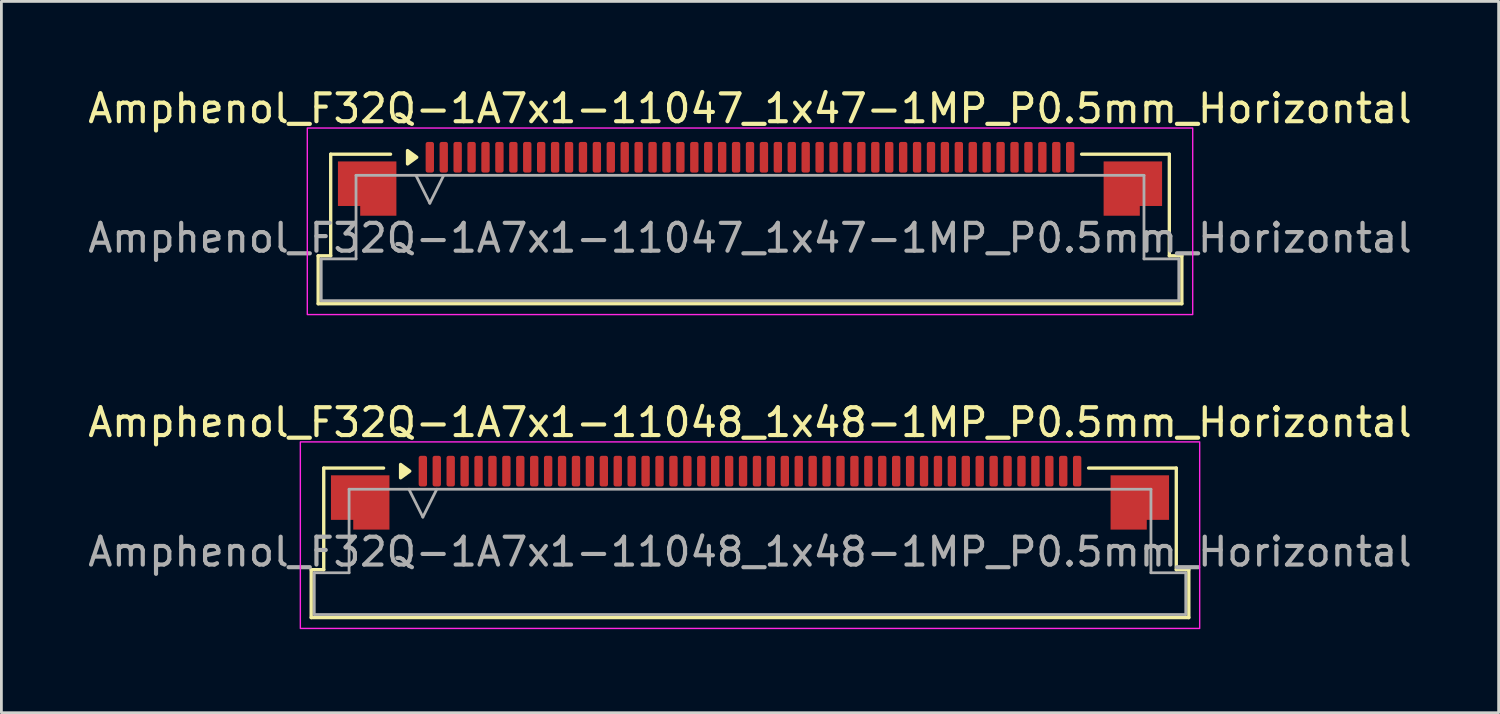
<source format=kicad_pcb>
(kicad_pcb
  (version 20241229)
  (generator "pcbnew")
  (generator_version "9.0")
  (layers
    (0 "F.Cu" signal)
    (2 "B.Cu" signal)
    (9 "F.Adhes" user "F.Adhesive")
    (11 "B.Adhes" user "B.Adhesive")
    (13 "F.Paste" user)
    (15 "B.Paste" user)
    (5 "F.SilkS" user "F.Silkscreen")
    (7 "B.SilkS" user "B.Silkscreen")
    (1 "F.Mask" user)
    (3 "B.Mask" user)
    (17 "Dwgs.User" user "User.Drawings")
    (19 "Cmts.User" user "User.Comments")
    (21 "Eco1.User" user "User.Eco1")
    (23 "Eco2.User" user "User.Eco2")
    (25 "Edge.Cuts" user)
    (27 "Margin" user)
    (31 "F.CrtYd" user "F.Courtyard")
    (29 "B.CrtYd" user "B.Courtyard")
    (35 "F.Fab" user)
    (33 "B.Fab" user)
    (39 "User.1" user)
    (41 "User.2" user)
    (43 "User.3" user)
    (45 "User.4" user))
  (footprint "Amphenol_F32Q-1A7x1-11047_1x47-1MP_P0.5mm_Horizontal"
    (layer "F.Cu")
    (at 23.887 5.498)
    (property "Reference" "Amphenol_F32Q-1A7x1-11047_1x47-1MP_P0.5mm_Horizontal" (at 0 -4.65 0) (layer "F.SilkS") (effects (font (size 1 1) (thickness 0.15))))
    (attr smd)
    (fp_line (start -15.51 0.64) (end -15.06 0.64) (stroke (width 0.12) (type solid)) (layer "F.SilkS"))
    (fp_line (start -15.51 2.36) (end -15.51 0.64) (stroke (width 0.12) (type solid)) (layer "F.SilkS"))
    (fp_line (start -15.06 -3.01) (end -12.91 -3.01) (stroke (width 0.12) (type solid)) (layer "F.SilkS"))
    (fp_line (start -15.06 0.64) (end -15.06 -3.01) (stroke (width 0.12) (type solid)) (layer "F.SilkS"))
    (fp_line (start 11.91 -3.01) (end 15.06 -3.01) (stroke (width 0.12) (type solid)) (layer "F.SilkS"))
    (fp_line (start 15.06 -3.01) (end 15.06 0.64) (stroke (width 0.12) (type solid)) (layer "F.SilkS"))
    (fp_line (start 15.06 0.64) (end 15.51 0.64) (stroke (width 0.12) (type solid)) (layer "F.SilkS"))
    (fp_line (start 15.51 0.64) (end 15.51 2.36) (stroke (width 0.12) (type solid)) (layer "F.SilkS"))
    (fp_line (start 15.51 2.36) (end -15.51 2.36) (stroke (width 0.12) (type solid)) (layer "F.SilkS"))
    (fp_poly (pts (xy -11.97 -2.9) (xy -12.3 -2.66) (xy -12.3 -3.14)) (stroke (width 0.12) (type solid)) (fill yes) (layer "F.SilkS"))
    (fp_rect (start -15.9 -3.95) (end 15.9 2.75) (stroke (width 0.05) (type solid)) (fill no) (layer "F.CrtYd"))
    (fp_line (start -15.4 0.75) (end -14.15 0.75) (stroke (width 0.1) (type solid)) (layer "F.Fab"))
    (fp_line (start -15.4 2.25) (end -15.4 0.75) (stroke (width 0.1) (type solid)) (layer "F.Fab"))
    (fp_line (start -14.15 -2.25) (end 14.15 -2.25) (stroke (width 0.1) (type solid)) (layer "F.Fab"))
    (fp_line (start -14.15 0.75) (end -14.15 -2.25) (stroke (width 0.1) (type solid)) (layer "F.Fab"))
    (fp_line (start -12 -2.25) (end -11.5 -1.25) (stroke (width 0.1) (type solid)) (layer "F.Fab"))
    (fp_line (start -11.5 -1.25) (end -11 -2.25) (stroke (width 0.1) (type solid)) (layer "F.Fab"))
    (fp_line (start 14.15 -2.25) (end 14.15 0.75) (stroke (width 0.1) (type solid)) (layer "F.Fab"))
    (fp_line (start 14.15 0.75) (end 15.4 0.75) (stroke (width 0.1) (type solid)) (layer "F.Fab"))
    (fp_line (start 15.4 0.75) (end 15.4 2.25) (stroke (width 0.1) (type solid)) (layer "F.Fab"))
    (fp_line (start 15.4 2.25) (end -15.4 2.25) (stroke (width 0.1) (type solid)) (layer "F.Fab"))
    (fp_text user "${REFERENCE}" (at 0 0 0) (layer "F.Fab") (effects (font (size 1 1) (thickness 0.15))))
    (pad "1" smd roundrect (at -11.5 -2.9) (size 0.3 1.1) (layers "F.Cu" "F.Mask" "F.Paste") (roundrect_rratio 0.25))
    (pad "2" smd roundrect (at -11 -2.9) (size 0.3 1.1) (layers "F.Cu" "F.Mask" "F.Paste") (roundrect_rratio 0.25))
    (pad "3" smd roundrect (at -10.5 -2.9) (size 0.3 1.1) (layers "F.Cu" "F.Mask" "F.Paste") (roundrect_rratio 0.25))
    (pad "4" smd roundrect (at -10 -2.9) (size 0.3 1.1) (layers "F.Cu" "F.Mask" "F.Paste") (roundrect_rratio 0.25))
    (pad "5" smd roundrect (at -9.5 -2.9) (size 0.3 1.1) (layers "F.Cu" "F.Mask" "F.Paste") (roundrect_rratio 0.25))
    (pad "6" smd roundrect (at -9 -2.9) (size 0.3 1.1) (layers "F.Cu" "F.Mask" "F.Paste") (roundrect_rratio 0.25))
    (pad "7" smd roundrect (at -8.5 -2.9) (size 0.3 1.1) (layers "F.Cu" "F.Mask" "F.Paste") (roundrect_rratio 0.25))
    (pad "8" smd roundrect (at -8 -2.9) (size 0.3 1.1) (layers "F.Cu" "F.Mask" "F.Paste") (roundrect_rratio 0.25))
    (pad "9" smd roundrect (at -7.5 -2.9) (size 0.3 1.1) (layers "F.Cu" "F.Mask" "F.Paste") (roundrect_rratio 0.25))
    (pad "10" smd roundrect (at -7 -2.9) (size 0.3 1.1) (layers "F.Cu" "F.Mask" "F.Paste") (roundrect_rratio 0.25))
    (pad "11" smd roundrect (at -6.5 -2.9) (size 0.3 1.1) (layers "F.Cu" "F.Mask" "F.Paste") (roundrect_rratio 0.25))
    (pad "12" smd roundrect (at -6 -2.9) (size 0.3 1.1) (layers "F.Cu" "F.Mask" "F.Paste") (roundrect_rratio 0.25))
    (pad "13" smd roundrect (at -5.5 -2.9) (size 0.3 1.1) (layers "F.Cu" "F.Mask" "F.Paste") (roundrect_rratio 0.25))
    (pad "14" smd roundrect (at -5 -2.9) (size 0.3 1.1) (layers "F.Cu" "F.Mask" "F.Paste") (roundrect_rratio 0.25))
    (pad "15" smd roundrect (at -4.5 -2.9) (size 0.3 1.1) (layers "F.Cu" "F.Mask" "F.Paste") (roundrect_rratio 0.25))
    (pad "16" smd roundrect (at -4 -2.9) (size 0.3 1.1) (layers "F.Cu" "F.Mask" "F.Paste") (roundrect_rratio 0.25))
    (pad "17" smd roundrect (at -3.5 -2.9) (size 0.3 1.1) (layers "F.Cu" "F.Mask" "F.Paste") (roundrect_rratio 0.25))
    (pad "18" smd roundrect (at -3 -2.9) (size 0.3 1.1) (layers "F.Cu" "F.Mask" "F.Paste") (roundrect_rratio 0.25))
    (pad "19" smd roundrect (at -2.5 -2.9) (size 0.3 1.1) (layers "F.Cu" "F.Mask" "F.Paste") (roundrect_rratio 0.25))
    (pad "20" smd roundrect (at -2 -2.9) (size 0.3 1.1) (layers "F.Cu" "F.Mask" "F.Paste") (roundrect_rratio 0.25))
    (pad "21" smd roundrect (at -1.5 -2.9) (size 0.3 1.1) (layers "F.Cu" "F.Mask" "F.Paste") (roundrect_rratio 0.25))
    (pad "22" smd roundrect (at -1 -2.9) (size 0.3 1.1) (layers "F.Cu" "F.Mask" "F.Paste") (roundrect_rratio 0.25))
    (pad "23" smd roundrect (at -0.5 -2.9) (size 0.3 1.1) (layers "F.Cu" "F.Mask" "F.Paste") (roundrect_rratio 0.25))
    (pad "24" smd roundrect (at 0 -2.9) (size 0.3 1.1) (layers "F.Cu" "F.Mask" "F.Paste") (roundrect_rratio 0.25))
    (pad "25" smd roundrect (at 0.5 -2.9) (size 0.3 1.1) (layers "F.Cu" "F.Mask" "F.Paste") (roundrect_rratio 0.25))
    (pad "26" smd roundrect (at 1 -2.9) (size 0.3 1.1) (layers "F.Cu" "F.Mask" "F.Paste") (roundrect_rratio 0.25))
    (pad "27" smd roundrect (at 1.5 -2.9) (size 0.3 1.1) (layers "F.Cu" "F.Mask" "F.Paste") (roundrect_rratio 0.25))
    (pad "28" smd roundrect (at 2 -2.9) (size 0.3 1.1) (layers "F.Cu" "F.Mask" "F.Paste") (roundrect_rratio 0.25))
    (pad "29" smd roundrect (at 2.5 -2.9) (size 0.3 1.1) (layers "F.Cu" "F.Mask" "F.Paste") (roundrect_rratio 0.25))
    (pad "30" smd roundrect (at 3 -2.9) (size 0.3 1.1) (layers "F.Cu" "F.Mask" "F.Paste") (roundrect_rratio 0.25))
    (pad "31" smd roundrect (at 3.5 -2.9) (size 0.3 1.1) (layers "F.Cu" "F.Mask" "F.Paste") (roundrect_rratio 0.25))
    (pad "32" smd roundrect (at 4 -2.9) (size 0.3 1.1) (layers "F.Cu" "F.Mask" "F.Paste") (roundrect_rratio 0.25))
    (pad "33" smd roundrect (at 4.5 -2.9) (size 0.3 1.1) (layers "F.Cu" "F.Mask" "F.Paste") (roundrect_rratio 0.25))
    (pad "34" smd roundrect (at 5 -2.9) (size 0.3 1.1) (layers "F.Cu" "F.Mask" "F.Paste") (roundrect_rratio 0.25))
    (pad "35" smd roundrect (at 5.5 -2.9) (size 0.3 1.1) (layers "F.Cu" "F.Mask" "F.Paste") (roundrect_rratio 0.25))
    (pad "36" smd roundrect (at 6 -2.9) (size 0.3 1.1) (layers "F.Cu" "F.Mask" "F.Paste") (roundrect_rratio 0.25))
    (pad "37" smd roundrect (at 6.5 -2.9) (size 0.3 1.1) (layers "F.Cu" "F.Mask" "F.Paste") (roundrect_rratio 0.25))
    (pad "38" smd roundrect (at 7 -2.9) (size 0.3 1.1) (layers "F.Cu" "F.Mask" "F.Paste") (roundrect_rratio 0.25))
    (pad "39" smd roundrect (at 7.5 -2.9) (size 0.3 1.1) (layers "F.Cu" "F.Mask" "F.Paste") (roundrect_rratio 0.25))
    (pad "40" smd roundrect (at 8 -2.9) (size 0.3 1.1) (layers "F.Cu" "F.Mask" "F.Paste") (roundrect_rratio 0.25))
    (pad "41" smd roundrect (at 8.5 -2.9) (size 0.3 1.1) (layers "F.Cu" "F.Mask" "F.Paste") (roundrect_rratio 0.25))
    (pad "42" smd roundrect (at 9 -2.9) (size 0.3 1.1) (layers "F.Cu" "F.Mask" "F.Paste") (roundrect_rratio 0.25))
    (pad "43" smd roundrect (at 9.5 -2.9) (size 0.3 1.1) (layers "F.Cu" "F.Mask" "F.Paste") (roundrect_rratio 0.25))
    (pad "44" smd roundrect (at 10 -2.9) (size 0.3 1.1) (layers "F.Cu" "F.Mask" "F.Paste") (roundrect_rratio 0.25))
    (pad "45" smd roundrect (at 10.5 -2.9) (size 0.3 1.1) (layers "F.Cu" "F.Mask" "F.Paste") (roundrect_rratio 0.25))
    (pad "46" smd roundrect (at 11 -2.9) (size 0.3 1.1) (layers "F.Cu" "F.Mask" "F.Paste") (roundrect_rratio 0.25))
    (pad "47" smd roundrect (at 11.5 -2.9) (size 0.3 1.1) (layers "F.Cu" "F.Mask" "F.Paste") (roundrect_rratio 0.25))
    (pad "MP" smd custom (at -13.75 -1.775) (size 1 1) (layers "F.Cu" "F.Mask" "F.Paste") (options (anchor circle)) (primitives (gr_poly (pts (xy 1.05 -0.975) (xy 1.05 0.975) (xy -0.25 0.975) (xy -0.25 0.625) (xy -1.05 0.625) (xy -1.05 -0.975)) (width 0) (fill yes))))
    (pad "MP" smd custom (at 13.75 -1.775) (size 1 1) (layers "F.Cu" "F.Mask" "F.Paste") (options (anchor circle)) (primitives (gr_poly (pts (xy -1.05 -0.975) (xy -1.05 0.975) (xy 0.25 0.975) (xy 0.25 0.625) (xy 1.05 0.625) (xy 1.05 -0.975)) (width 0) (fill yes)))))
  (footprint "Amphenol_F32Q-1A7x1-11048_1x48-1MP_P0.5mm_Horizontal"
    (layer "F.Cu")
    (at 23.887 16.771)
    (property "Reference" "Amphenol_F32Q-1A7x1-11048_1x48-1MP_P0.5mm_Horizontal" (at 0 -4.65 0) (layer "F.SilkS") (effects (font (size 1 1) (thickness 0.15))))
    (attr smd)
    (fp_line (start -15.76 0.64) (end -15.31 0.64) (stroke (width 0.12) (type solid)) (layer "F.SilkS"))
    (fp_line (start -15.76 2.36) (end -15.76 0.64) (stroke (width 0.12) (type solid)) (layer "F.SilkS"))
    (fp_line (start -15.31 -3.01) (end -13.16 -3.01) (stroke (width 0.12) (type solid)) (layer "F.SilkS"))
    (fp_line (start -15.31 0.64) (end -15.31 -3.01) (stroke (width 0.12) (type solid)) (layer "F.SilkS"))
    (fp_line (start 12.16 -3.01) (end 15.31 -3.01) (stroke (width 0.12) (type solid)) (layer "F.SilkS"))
    (fp_line (start 15.31 -3.01) (end 15.31 0.64) (stroke (width 0.12) (type solid)) (layer "F.SilkS"))
    (fp_line (start 15.31 0.64) (end 15.76 0.64) (stroke (width 0.12) (type solid)) (layer "F.SilkS"))
    (fp_line (start 15.76 0.64) (end 15.76 2.36) (stroke (width 0.12) (type solid)) (layer "F.SilkS"))
    (fp_line (start 15.76 2.36) (end -15.76 2.36) (stroke (width 0.12) (type solid)) (layer "F.SilkS"))
    (fp_poly (pts (xy -12.22 -2.9) (xy -12.55 -2.66) (xy -12.55 -3.14)) (stroke (width 0.12) (type solid)) (fill yes) (layer "F.SilkS"))
    (fp_rect (start -16.15 -3.95) (end 16.15 2.75) (stroke (width 0.05) (type solid)) (fill no) (layer "F.CrtYd"))
    (fp_line (start -15.65 0.75) (end -14.4 0.75) (stroke (width 0.1) (type solid)) (layer "F.Fab"))
    (fp_line (start -15.65 2.25) (end -15.65 0.75) (stroke (width 0.1) (type solid)) (layer "F.Fab"))
    (fp_line (start -14.4 -2.25) (end 14.4 -2.25) (stroke (width 0.1) (type solid)) (layer "F.Fab"))
    (fp_line (start -14.4 0.75) (end -14.4 -2.25) (stroke (width 0.1) (type solid)) (layer "F.Fab"))
    (fp_line (start -12.25 -2.25) (end -11.75 -1.25) (stroke (width 0.1) (type solid)) (layer "F.Fab"))
    (fp_line (start -11.75 -1.25) (end -11.25 -2.25) (stroke (width 0.1) (type solid)) (layer "F.Fab"))
    (fp_line (start 14.4 -2.25) (end 14.4 0.75) (stroke (width 0.1) (type solid)) (layer "F.Fab"))
    (fp_line (start 14.4 0.75) (end 15.65 0.75) (stroke (width 0.1) (type solid)) (layer "F.Fab"))
    (fp_line (start 15.65 0.75) (end 15.65 2.25) (stroke (width 0.1) (type solid)) (layer "F.Fab"))
    (fp_line (start 15.65 2.25) (end -15.65 2.25) (stroke (width 0.1) (type solid)) (layer "F.Fab"))
    (fp_text user "${REFERENCE}" (at 0 0 0) (layer "F.Fab") (effects (font (size 1 1) (thickness 0.15))))
    (pad "1" smd roundrect (at -11.75 -2.9) (size 0.3 1.1) (layers "F.Cu" "F.Mask" "F.Paste") (roundrect_rratio 0.25))
    (pad "2" smd roundrect (at -11.25 -2.9) (size 0.3 1.1) (layers "F.Cu" "F.Mask" "F.Paste") (roundrect_rratio 0.25))
    (pad "3" smd roundrect (at -10.75 -2.9) (size 0.3 1.1) (layers "F.Cu" "F.Mask" "F.Paste") (roundrect_rratio 0.25))
    (pad "4" smd roundrect (at -10.25 -2.9) (size 0.3 1.1) (layers "F.Cu" "F.Mask" "F.Paste") (roundrect_rratio 0.25))
    (pad "5" smd roundrect (at -9.75 -2.9) (size 0.3 1.1) (layers "F.Cu" "F.Mask" "F.Paste") (roundrect_rratio 0.25))
    (pad "6" smd roundrect (at -9.25 -2.9) (size 0.3 1.1) (layers "F.Cu" "F.Mask" "F.Paste") (roundrect_rratio 0.25))
    (pad "7" smd roundrect (at -8.75 -2.9) (size 0.3 1.1) (layers "F.Cu" "F.Mask" "F.Paste") (roundrect_rratio 0.25))
    (pad "8" smd roundrect (at -8.25 -2.9) (size 0.3 1.1) (layers "F.Cu" "F.Mask" "F.Paste") (roundrect_rratio 0.25))
    (pad "9" smd roundrect (at -7.75 -2.9) (size 0.3 1.1) (layers "F.Cu" "F.Mask" "F.Paste") (roundrect_rratio 0.25))
    (pad "10" smd roundrect (at -7.25 -2.9) (size 0.3 1.1) (layers "F.Cu" "F.Mask" "F.Paste") (roundrect_rratio 0.25))
    (pad "11" smd roundrect (at -6.75 -2.9) (size 0.3 1.1) (layers "F.Cu" "F.Mask" "F.Paste") (roundrect_rratio 0.25))
    (pad "12" smd roundrect (at -6.25 -2.9) (size 0.3 1.1) (layers "F.Cu" "F.Mask" "F.Paste") (roundrect_rratio 0.25))
    (pad "13" smd roundrect (at -5.75 -2.9) (size 0.3 1.1) (layers "F.Cu" "F.Mask" "F.Paste") (roundrect_rratio 0.25))
    (pad "14" smd roundrect (at -5.25 -2.9) (size 0.3 1.1) (layers "F.Cu" "F.Mask" "F.Paste") (roundrect_rratio 0.25))
    (pad "15" smd roundrect (at -4.75 -2.9) (size 0.3 1.1) (layers "F.Cu" "F.Mask" "F.Paste") (roundrect_rratio 0.25))
    (pad "16" smd roundrect (at -4.25 -2.9) (size 0.3 1.1) (layers "F.Cu" "F.Mask" "F.Paste") (roundrect_rratio 0.25))
    (pad "17" smd roundrect (at -3.75 -2.9) (size 0.3 1.1) (layers "F.Cu" "F.Mask" "F.Paste") (roundrect_rratio 0.25))
    (pad "18" smd roundrect (at -3.25 -2.9) (size 0.3 1.1) (layers "F.Cu" "F.Mask" "F.Paste") (roundrect_rratio 0.25))
    (pad "19" smd roundrect (at -2.75 -2.9) (size 0.3 1.1) (layers "F.Cu" "F.Mask" "F.Paste") (roundrect_rratio 0.25))
    (pad "20" smd roundrect (at -2.25 -2.9) (size 0.3 1.1) (layers "F.Cu" "F.Mask" "F.Paste") (roundrect_rratio 0.25))
    (pad "21" smd roundrect (at -1.75 -2.9) (size 0.3 1.1) (layers "F.Cu" "F.Mask" "F.Paste") (roundrect_rratio 0.25))
    (pad "22" smd roundrect (at -1.25 -2.9) (size 0.3 1.1) (layers "F.Cu" "F.Mask" "F.Paste") (roundrect_rratio 0.25))
    (pad "23" smd roundrect (at -0.75 -2.9) (size 0.3 1.1) (layers "F.Cu" "F.Mask" "F.Paste") (roundrect_rratio 0.25))
    (pad "24" smd roundrect (at -0.25 -2.9) (size 0.3 1.1) (layers "F.Cu" "F.Mask" "F.Paste") (roundrect_rratio 0.25))
    (pad "25" smd roundrect (at 0.25 -2.9) (size 0.3 1.1) (layers "F.Cu" "F.Mask" "F.Paste") (roundrect_rratio 0.25))
    (pad "26" smd roundrect (at 0.75 -2.9) (size 0.3 1.1) (layers "F.Cu" "F.Mask" "F.Paste") (roundrect_rratio 0.25))
    (pad "27" smd roundrect (at 1.25 -2.9) (size 0.3 1.1) (layers "F.Cu" "F.Mask" "F.Paste") (roundrect_rratio 0.25))
    (pad "28" smd roundrect (at 1.75 -2.9) (size 0.3 1.1) (layers "F.Cu" "F.Mask" "F.Paste") (roundrect_rratio 0.25))
    (pad "29" smd roundrect (at 2.25 -2.9) (size 0.3 1.1) (layers "F.Cu" "F.Mask" "F.Paste") (roundrect_rratio 0.25))
    (pad "30" smd roundrect (at 2.75 -2.9) (size 0.3 1.1) (layers "F.Cu" "F.Mask" "F.Paste") (roundrect_rratio 0.25))
    (pad "31" smd roundrect (at 3.25 -2.9) (size 0.3 1.1) (layers "F.Cu" "F.Mask" "F.Paste") (roundrect_rratio 0.25))
    (pad "32" smd roundrect (at 3.75 -2.9) (size 0.3 1.1) (layers "F.Cu" "F.Mask" "F.Paste") (roundrect_rratio 0.25))
    (pad "33" smd roundrect (at 4.25 -2.9) (size 0.3 1.1) (layers "F.Cu" "F.Mask" "F.Paste") (roundrect_rratio 0.25))
    (pad "34" smd roundrect (at 4.75 -2.9) (size 0.3 1.1) (layers "F.Cu" "F.Mask" "F.Paste") (roundrect_rratio 0.25))
    (pad "35" smd roundrect (at 5.25 -2.9) (size 0.3 1.1) (layers "F.Cu" "F.Mask" "F.Paste") (roundrect_rratio 0.25))
    (pad "36" smd roundrect (at 5.75 -2.9) (size 0.3 1.1) (layers "F.Cu" "F.Mask" "F.Paste") (roundrect_rratio 0.25))
    (pad "37" smd roundrect (at 6.25 -2.9) (size 0.3 1.1) (layers "F.Cu" "F.Mask" "F.Paste") (roundrect_rratio 0.25))
    (pad "38" smd roundrect (at 6.75 -2.9) (size 0.3 1.1) (layers "F.Cu" "F.Mask" "F.Paste") (roundrect_rratio 0.25))
    (pad "39" smd roundrect (at 7.25 -2.9) (size 0.3 1.1) (layers "F.Cu" "F.Mask" "F.Paste") (roundrect_rratio 0.25))
    (pad "40" smd roundrect (at 7.75 -2.9) (size 0.3 1.1) (layers "F.Cu" "F.Mask" "F.Paste") (roundrect_rratio 0.25))
    (pad "41" smd roundrect (at 8.25 -2.9) (size 0.3 1.1) (layers "F.Cu" "F.Mask" "F.Paste") (roundrect_rratio 0.25))
    (pad "42" smd roundrect (at 8.75 -2.9) (size 0.3 1.1) (layers "F.Cu" "F.Mask" "F.Paste") (roundrect_rratio 0.25))
    (pad "43" smd roundrect (at 9.25 -2.9) (size 0.3 1.1) (layers "F.Cu" "F.Mask" "F.Paste") (roundrect_rratio 0.25))
    (pad "44" smd roundrect (at 9.75 -2.9) (size 0.3 1.1) (layers "F.Cu" "F.Mask" "F.Paste") (roundrect_rratio 0.25))
    (pad "45" smd roundrect (at 10.25 -2.9) (size 0.3 1.1) (layers "F.Cu" "F.Mask" "F.Paste") (roundrect_rratio 0.25))
    (pad "46" smd roundrect (at 10.75 -2.9) (size 0.3 1.1) (layers "F.Cu" "F.Mask" "F.Paste") (roundrect_rratio 0.25))
    (pad "47" smd roundrect (at 11.25 -2.9) (size 0.3 1.1) (layers "F.Cu" "F.Mask" "F.Paste") (roundrect_rratio 0.25))
    (pad "48" smd roundrect (at 11.75 -2.9) (size 0.3 1.1) (layers "F.Cu" "F.Mask" "F.Paste") (roundrect_rratio 0.25))
    (pad "MP" smd custom (at -14 -1.775) (size 1 1) (layers "F.Cu" "F.Mask" "F.Paste") (options (anchor circle)) (primitives (gr_poly (pts (xy 1.05 -0.975) (xy 1.05 0.975) (xy -0.25 0.975) (xy -0.25 0.625) (xy -1.05 0.625) (xy -1.05 -0.975)) (width 0) (fill yes))))
    (pad "MP" smd custom (at 14 -1.775) (size 1 1) (layers "F.Cu" "F.Mask" "F.Paste") (options (anchor circle)) (primitives (gr_poly (pts (xy -1.05 -0.975) (xy -1.05 0.975) (xy 0.25 0.975) (xy 0.25 0.625) (xy 1.05 0.625) (xy 1.05 -0.975)) (width 0) (fill yes)))))
  (gr_rect
    (start -3 -3)
    (end 50.774 22.547)
    (stroke (width 0.1) (type default))
    (fill no)
    (layer "Edge.Cuts")))
</source>
